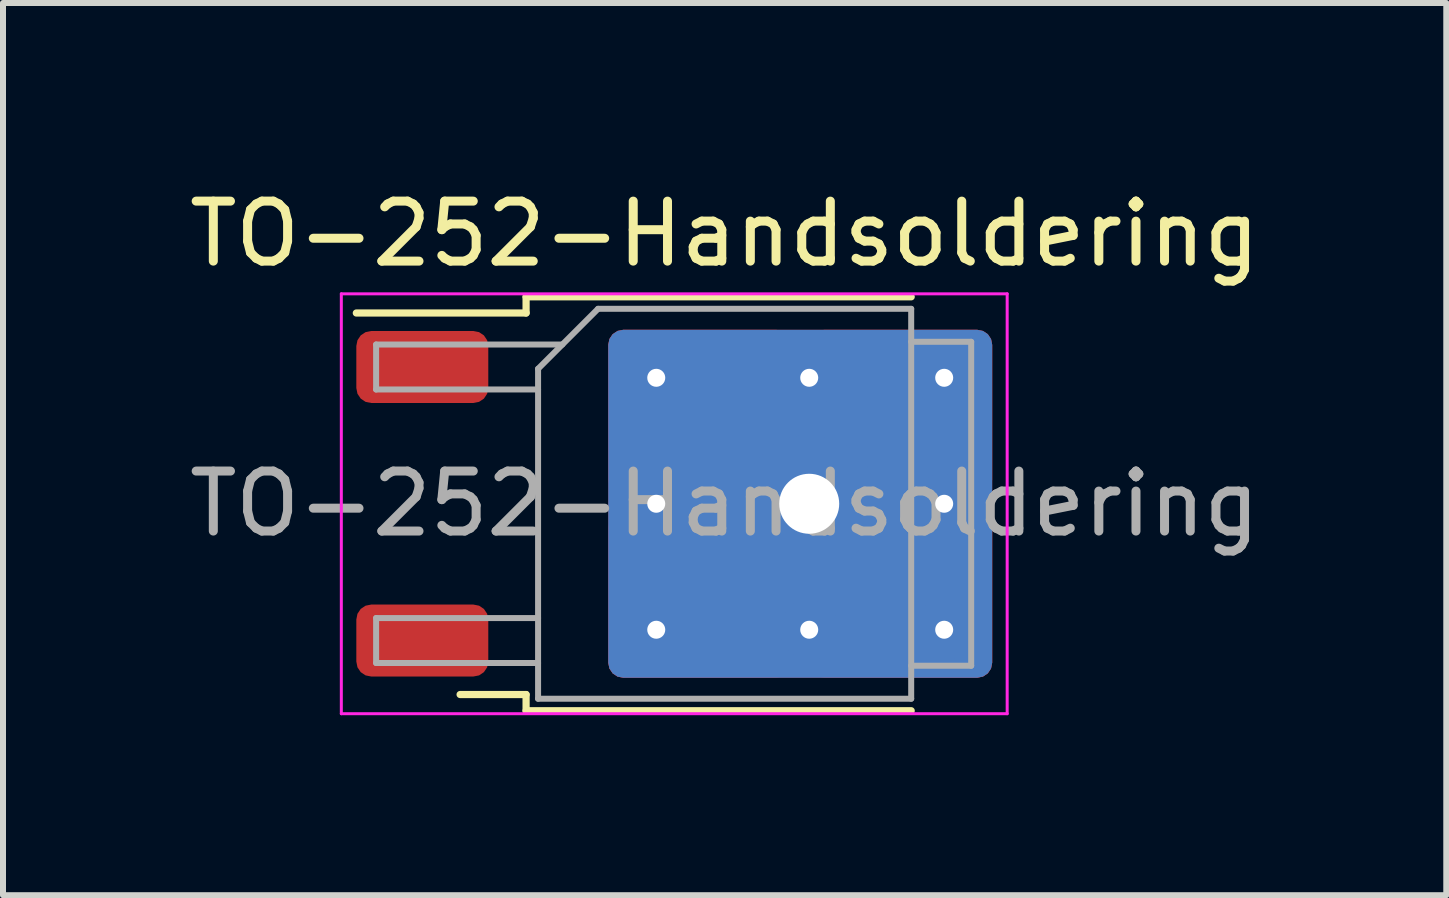
<source format=kicad_pcb>
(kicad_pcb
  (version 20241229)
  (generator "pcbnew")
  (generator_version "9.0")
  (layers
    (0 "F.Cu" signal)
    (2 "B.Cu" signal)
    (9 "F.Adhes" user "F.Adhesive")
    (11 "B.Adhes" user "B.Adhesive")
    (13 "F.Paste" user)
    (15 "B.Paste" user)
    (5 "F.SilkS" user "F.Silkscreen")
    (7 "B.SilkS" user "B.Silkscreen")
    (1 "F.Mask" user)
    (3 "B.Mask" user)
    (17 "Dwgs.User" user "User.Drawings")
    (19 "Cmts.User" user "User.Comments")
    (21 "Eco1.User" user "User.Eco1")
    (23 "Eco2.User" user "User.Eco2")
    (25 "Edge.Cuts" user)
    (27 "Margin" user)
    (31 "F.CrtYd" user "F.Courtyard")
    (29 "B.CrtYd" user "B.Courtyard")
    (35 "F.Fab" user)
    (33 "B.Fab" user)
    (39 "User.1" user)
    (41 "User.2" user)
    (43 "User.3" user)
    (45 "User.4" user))
  (footprint "TO-252-Handsoldering"
    (layer "F.Cu")
    (at 9.03 5.348)
    (property "Reference" "TO-252-Handsoldering" (at 0 -4.5 0) (layer "F.SilkS") (effects (font (size 1 1) (thickness 0.15))))
    (attr smd)
    (fp_line (start -3.31 -3.45) (end -3.31 -3.18) (stroke (width 0.12) (type solid)) (layer "F.SilkS"))
    (fp_line (start -3.31 -3.18) (end -6.14 -3.18) (stroke (width 0.12) (type solid)) (layer "F.SilkS"))
    (fp_line (start -3.31 3.18) (end -4.41 3.18) (stroke (width 0.12) (type solid)) (layer "F.SilkS"))
    (fp_line (start -3.31 3.45) (end -3.31 3.18) (stroke (width 0.12) (type solid)) (layer "F.SilkS"))
    (fp_line (start 3.11 -3.45) (end -3.31 -3.45) (stroke (width 0.12) (type solid)) (layer "F.SilkS"))
    (fp_line (start 3.11 3.45) (end -3.31 3.45) (stroke (width 0.12) (type solid)) (layer "F.SilkS"))
    (fp_line (start -6.39 -3.5) (end -6.39 3.5) (stroke (width 0.05) (type solid)) (layer "F.CrtYd"))
    (fp_line (start -6.39 3.5) (end 4.71 3.5) (stroke (width 0.05) (type solid)) (layer "F.CrtYd"))
    (fp_line (start 4.71 -3.5) (end -6.39 -3.5) (stroke (width 0.05) (type solid)) (layer "F.CrtYd"))
    (fp_line (start 4.71 3.5) (end 4.71 -3.5) (stroke (width 0.05) (type solid)) (layer "F.CrtYd"))
    (fp_line (start -5.81 -2.655) (end -5.81 -1.905) (stroke (width 0.1) (type solid)) (layer "F.Fab"))
    (fp_line (start -5.81 -1.905) (end -3.11 -1.905) (stroke (width 0.1) (type solid)) (layer "F.Fab"))
    (fp_line (start -5.81 1.905) (end -5.81 2.655) (stroke (width 0.1) (type solid)) (layer "F.Fab"))
    (fp_line (start -5.81 2.655) (end -3.11 2.655) (stroke (width 0.1) (type solid)) (layer "F.Fab"))
    (fp_line (start -3.11 -2.25) (end -2.11 -3.25) (stroke (width 0.1) (type solid)) (layer "F.Fab"))
    (fp_line (start -3.11 1.905) (end -5.81 1.905) (stroke (width 0.1) (type solid)) (layer "F.Fab"))
    (fp_line (start -3.11 3.25) (end -3.11 -2.25) (stroke (width 0.1) (type solid)) (layer "F.Fab"))
    (fp_line (start -2.705 -2.655) (end -5.81 -2.655) (stroke (width 0.1) (type solid)) (layer "F.Fab"))
    (fp_line (start -2.11 -3.25) (end 3.11 -3.25) (stroke (width 0.1) (type solid)) (layer "F.Fab"))
    (fp_line (start 3.11 -3.25) (end 3.11 3.25) (stroke (width 0.1) (type solid)) (layer "F.Fab"))
    (fp_line (start 3.11 -2.7) (end 4.11 -2.7) (stroke (width 0.1) (type solid)) (layer "F.Fab"))
    (fp_line (start 3.11 3.25) (end -3.11 3.25) (stroke (width 0.1) (type solid)) (layer "F.Fab"))
    (fp_line (start 4.11 -2.7) (end 4.11 2.7) (stroke (width 0.1) (type solid)) (layer "F.Fab"))
    (fp_line (start 4.11 2.7) (end 3.11 2.7) (stroke (width 0.1) (type solid)) (layer "F.Fab"))
    (fp_text user "${REFERENCE}" (at 0 0 0) (layer "F.Fab") (effects (font (size 1 1) (thickness 0.15))))
    (pad "1" smd roundrect (at -5.04 -2.28) (size 2.2 1.2) (layers "F.Cu" "F.Mask" "F.Paste") (roundrect_rratio 0.208))
    (pad "2" thru_hole circle (at -1.14 -2.1) (size 1 1) (drill 0.3) (layers "*.Cu" "*.Mask"))
    (pad "2" thru_hole circle (at -1.14 0) (size 1 1) (drill 0.3) (layers "*.Cu" "*.Mask"))
    (pad "2" thru_hole circle (at -1.14 2.1) (size 1 1) (drill 0.3) (layers "*.Cu" "*.Mask"))
    (pad "2" smd roundrect (at -0.415 -1.525) (size 3.05 2.75) (layers "F.Cu" "F.Paste") (roundrect_rratio 0.091))
    (pad "2" smd roundrect (at -0.415 1.525) (size 3.05 2.75) (layers "F.Cu" "F.Paste") (roundrect_rratio 0.091))
    (pad "2" smd roundrect (at 1.26 0) (size 6.4 5.8) (layers "F.Cu" "F.Mask") (roundrect_rratio 0.043))
    (pad "2" smd roundrect (at 1.26 0) (size 6.4 5.8) (layers "B.Cu" "B.Mask") (roundrect_rratio 0.043))
    (pad "2" thru_hole circle (at 1.41 -2.1) (size 1 1) (drill 0.3) (layers "*.Cu" "*.Mask"))
    (pad "2" thru_hole circle (at 1.41 0) (size 2.286 2.286) (drill 1) (layers "*.Cu" "*.Mask"))
    (pad "2" thru_hole circle (at 1.41 2.1) (size 1 1) (drill 0.3) (layers "*.Cu" "*.Mask"))
    (pad "2" smd roundrect (at 2.935 -1.525) (size 3.05 2.75) (layers "F.Cu" "F.Paste") (roundrect_rratio 0.091))
    (pad "2" smd roundrect (at 2.935 1.525) (size 3.05 2.75) (layers "F.Cu" "F.Paste") (roundrect_rratio 0.091))
    (pad "2" thru_hole circle (at 3.66 -2.1) (size 1 1) (drill 0.3) (layers "*.Cu" "*.Mask"))
    (pad "2" thru_hole circle (at 3.66 0) (size 1 1) (drill 0.3) (layers "*.Cu" "*.Mask"))
    (pad "2" thru_hole circle (at 3.66 2.1) (size 1 1) (drill 0.3) (layers "*.Cu" "*.Mask"))
    (pad "3" smd roundrect (at -5.04 2.28) (size 2.2 1.2) (layers "F.Cu" "F.Mask" "F.Paste") (roundrect_rratio 0.208)))
  (gr_rect
    (start -3 -3)
    (end 21.06 11.873)
    (stroke (width 0.1) (type default))
    (fill no)
    (layer "Edge.Cuts")))
</source>
